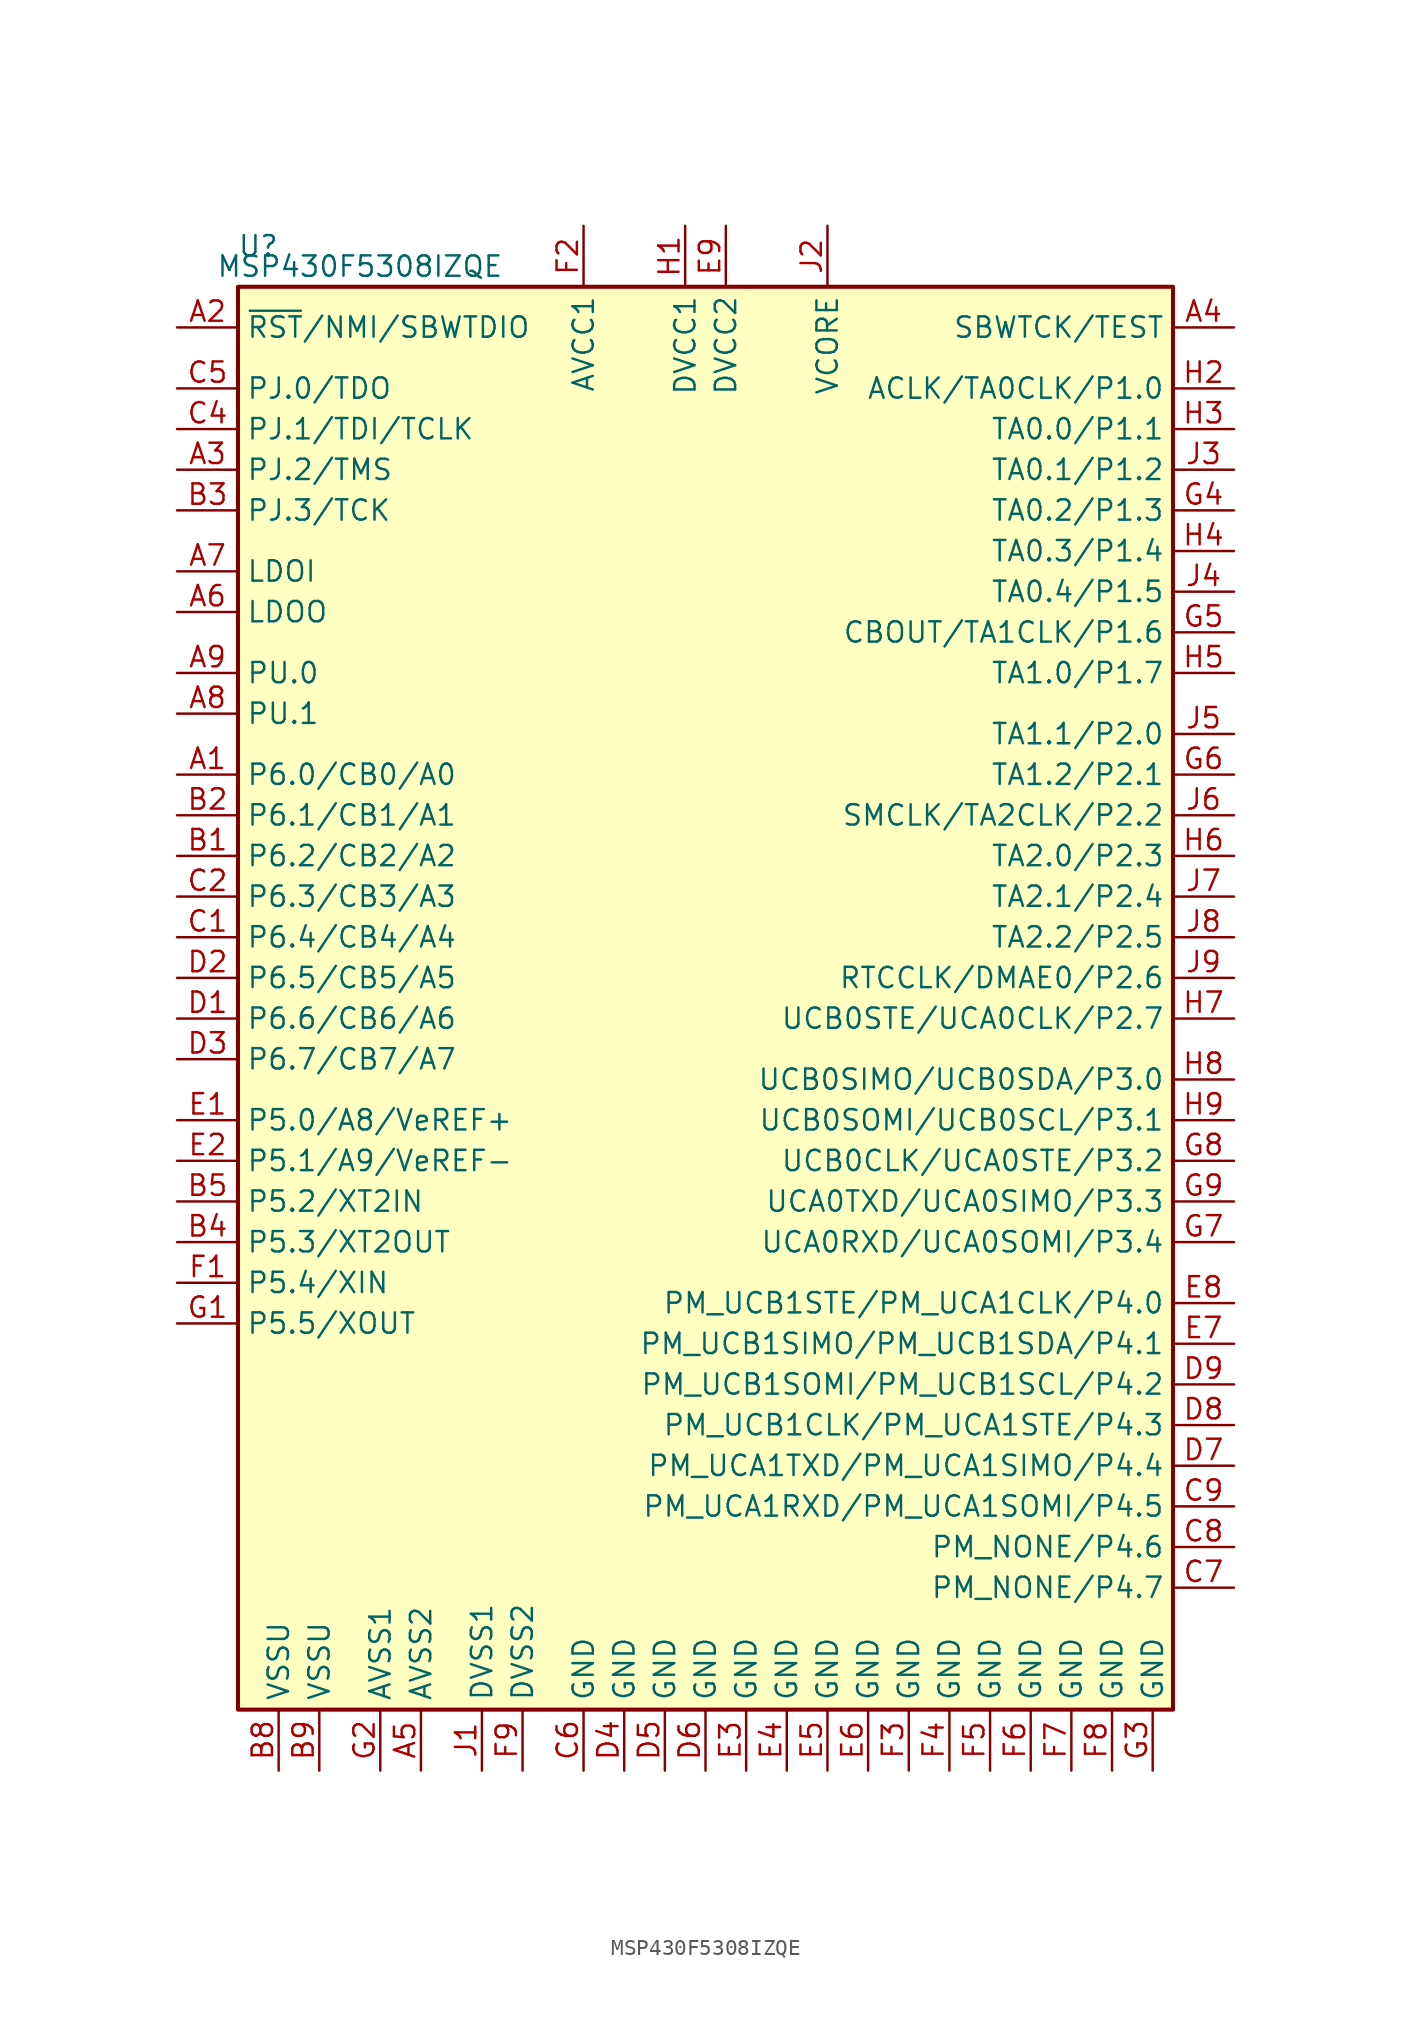
<source format=kicad_sym>
(kicad_symbol_lib
  (version 20241209)
  (generator "kicad_symbol_editor")
  (generator_version "9.0")
  (symbol "MSP430F5308IZQE"
    (property "Reference" "U"
      (at -27.94 46.99 0)
      (effects (font (size 1.27 1.27))))
    (property "Value" "MSP430F5308IZQE"
      (at -21.59 45.72 0)
      (effects (font (size 1.27 1.27))))
    (symbol "MSP430F5308IZQE_0_1"
      (rectangle (start -29.21 44.45) (end 29.21 -44.45) (stroke (width 0.254) (type default)) (fill (type background))))
    (symbol "MSP430F5308IZQE_1_1"
      (pin input line (at -33.02 41.91 0) (length 3.81) (name "~{RST}/NMI/SBWTDIO" (effects (font (size 1.27 1.27)))) (number "A2" (effects (font (size 1.27 1.27)))))
      (pin bidirectional line (at -33.02 38.1 0) (length 3.81) (name "PJ.0/TDO" (effects (font (size 1.27 1.27)))) (number "C5" (effects (font (size 1.27 1.27)))))
      (pin bidirectional line (at -33.02 35.56 0) (length 3.81) (name "PJ.1/TDI/TCLK" (effects (font (size 1.27 1.27)))) (number "C4" (effects (font (size 1.27 1.27)))))
      (pin bidirectional line (at -33.02 33.02 0) (length 3.81) (name "PJ.2/TMS" (effects (font (size 1.27 1.27)))) (number "A3" (effects (font (size 1.27 1.27)))))
      (pin bidirectional line (at -33.02 30.48 0) (length 3.81) (name "PJ.3/TCK" (effects (font (size 1.27 1.27)))) (number "B3" (effects (font (size 1.27 1.27)))))
      (pin power_in line (at -33.02 26.67 0) (length 3.81) (name "LDOI" (effects (font (size 1.27 1.27)))) (number "A7" (effects (font (size 1.27 1.27)))))
      (pin power_out line (at -33.02 24.13 0) (length 3.81) (name "LDOO" (effects (font (size 1.27 1.27)))) (number "A6" (effects (font (size 1.27 1.27)))))
      (pin bidirectional line (at -33.02 20.32 0) (length 3.81) (name "PU.0" (effects (font (size 1.27 1.27)))) (number "A9" (effects (font (size 1.27 1.27)))))
      (pin bidirectional line (at -33.02 17.78 0) (length 3.81) (name "PU.1" (effects (font (size 1.27 1.27)))) (number "A8" (effects (font (size 1.27 1.27)))))
      (pin bidirectional line (at -33.02 13.97 0) (length 3.81) (name "P6.0/CB0/A0" (effects (font (size 1.27 1.27)))) (number "A1" (effects (font (size 1.27 1.27)))))
      (pin bidirectional line (at -33.02 11.43 0) (length 3.81) (name "P6.1/CB1/A1" (effects (font (size 1.27 1.27)))) (number "B2" (effects (font (size 1.27 1.27)))))
      (pin bidirectional line (at -33.02 8.89 0) (length 3.81) (name "P6.2/CB2/A2" (effects (font (size 1.27 1.27)))) (number "B1" (effects (font (size 1.27 1.27)))))
      (pin bidirectional line (at -33.02 6.35 0) (length 3.81) (name "P6.3/CB3/A3" (effects (font (size 1.27 1.27)))) (number "C2" (effects (font (size 1.27 1.27)))))
      (pin bidirectional line (at -33.02 3.81 0) (length 3.81) (name "P6.4/CB4/A4" (effects (font (size 1.27 1.27)))) (number "C1" (effects (font (size 1.27 1.27)))))
      (pin bidirectional line (at -33.02 1.27 0) (length 3.81) (name "P6.5/CB5/A5" (effects (font (size 1.27 1.27)))) (number "D2" (effects (font (size 1.27 1.27)))))
      (pin bidirectional line (at -33.02 -1.27 0) (length 3.81) (name "P6.6/CB6/A6" (effects (font (size 1.27 1.27)))) (number "D1" (effects (font (size 1.27 1.27)))))
      (pin bidirectional line (at -33.02 -3.81 0) (length 3.81) (name "P6.7/CB7/A7" (effects (font (size 1.27 1.27)))) (number "D3" (effects (font (size 1.27 1.27)))))
      (pin bidirectional line (at -33.02 -7.62 0) (length 3.81) (name "P5.0/A8/VeREF+" (effects (font (size 1.27 1.27)))) (number "E1" (effects (font (size 1.27 1.27)))))
      (pin bidirectional line (at -33.02 -10.16 0) (length 3.81) (name "P5.1/A9/VeREF-" (effects (font (size 1.27 1.27)))) (number "E2" (effects (font (size 1.27 1.27)))))
      (pin bidirectional line (at -33.02 -12.7 0) (length 3.81) (name "P5.2/XT2IN" (effects (font (size 1.27 1.27)))) (number "B5" (effects (font (size 1.27 1.27)))))
      (pin bidirectional line (at -33.02 -15.24 0) (length 3.81) (name "P5.3/XT2OUT" (effects (font (size 1.27 1.27)))) (number "B4" (effects (font (size 1.27 1.27)))))
      (pin bidirectional line (at -33.02 -17.78 0) (length 3.81) (name "P5.4/XIN" (effects (font (size 1.27 1.27)))) (number "F1" (effects (font (size 1.27 1.27)))))
      (pin bidirectional line (at -33.02 -20.32 0) (length 3.81) (name "P5.5/XOUT" (effects (font (size 1.27 1.27)))) (number "G1" (effects (font (size 1.27 1.27)))))
      (pin power_in line (at -26.67 -48.26 90) (length 3.81) (name "VSSU" (effects (font (size 1.27 1.27)))) (number "B8" (effects (font (size 1.27 1.27)))))
      (pin power_in line (at -24.13 -48.26 90) (length 3.81) (name "VSSU" (effects (font (size 1.27 1.27)))) (number "B9" (effects (font (size 1.27 1.27)))))
      (pin power_in line (at -20.32 -48.26 90) (length 3.81) (name "AVSS1" (effects (font (size 1.27 1.27)))) (number "G2" (effects (font (size 1.27 1.27)))))
      (pin power_in line (at -17.78 -48.26 90) (length 3.81) (name "AVSS2" (effects (font (size 1.27 1.27)))) (number "A5" (effects (font (size 1.27 1.27)))))
      (pin power_in line (at -13.97 -48.26 90) (length 3.81) (name "DVSS1" (effects (font (size 1.27 1.27)))) (number "J1" (effects (font (size 1.27 1.27)))))
      (pin power_in line (at -11.43 -48.26 90) (length 3.81) (name "DVSS2" (effects (font (size 1.27 1.27)))) (number "F9" (effects (font (size 1.27 1.27)))))
      (pin power_in line (at -7.62 48.26 270) (length 3.81) (name "AVCC1" (effects (font (size 1.27 1.27)))) (number "F2" (effects (font (size 1.27 1.27)))))
      (pin power_in line (at -7.62 -48.26 90) (length 3.81) (name "GND" (effects (font (size 1.27 1.27)))) (number "C6" (effects (font (size 1.27 1.27)))))
      (pin power_in line (at -5.08 -48.26 90) (length 3.81) (name "GND" (effects (font (size 1.27 1.27)))) (number "D4" (effects (font (size 1.27 1.27)))))
      (pin power_in line (at -2.54 -48.26 90) (length 3.81) (name "GND" (effects (font (size 1.27 1.27)))) (number "D5" (effects (font (size 1.27 1.27)))))
      (pin power_in line (at -1.27 48.26 270) (length 3.81) (name "DVCC1" (effects (font (size 1.27 1.27)))) (number "H1" (effects (font (size 1.27 1.27)))))
      (pin power_in line (at 0 -48.26 90) (length 3.81) (name "GND" (effects (font (size 1.27 1.27)))) (number "D6" (effects (font (size 1.27 1.27)))))
      (pin power_in line (at 1.27 48.26 270) (length 3.81) (name "DVCC2" (effects (font (size 1.27 1.27)))) (number "E9" (effects (font (size 1.27 1.27)))))
      (pin power_in line (at 2.54 -48.26 90) (length 3.81) (name "GND" (effects (font (size 1.27 1.27)))) (number "E3" (effects (font (size 1.27 1.27)))))
      (pin power_in line (at 5.08 -48.26 90) (length 3.81) (name "GND" (effects (font (size 1.27 1.27)))) (number "E4" (effects (font (size 1.27 1.27)))))
      (pin bidirectional line (at 7.62 48.26 270) (length 3.81) (name "VCORE" (effects (font (size 1.27 1.27)))) (number "J2" (effects (font (size 1.27 1.27)))))
      (pin power_in line (at 7.62 -48.26 90) (length 3.81) (name "GND" (effects (font (size 1.27 1.27)))) (number "E5" (effects (font (size 1.27 1.27)))))
      (pin power_in line (at 10.16 -48.26 90) (length 3.81) (name "GND" (effects (font (size 1.27 1.27)))) (number "E6" (effects (font (size 1.27 1.27)))))
      (pin power_in line (at 12.7 -48.26 90) (length 3.81) (name "GND" (effects (font (size 1.27 1.27)))) (number "F3" (effects (font (size 1.27 1.27)))))
      (pin power_in line (at 15.24 -48.26 90) (length 3.81) (name "GND" (effects (font (size 1.27 1.27)))) (number "F4" (effects (font (size 1.27 1.27)))))
      (pin power_in line (at 17.78 -48.26 90) (length 3.81) (name "GND" (effects (font (size 1.27 1.27)))) (number "F5" (effects (font (size 1.27 1.27)))))
      (pin power_in line (at 20.32 -48.26 90) (length 3.81) (name "GND" (effects (font (size 1.27 1.27)))) (number "F6" (effects (font (size 1.27 1.27)))))
      (pin power_in line (at 22.86 -48.26 90) (length 3.81) (name "GND" (effects (font (size 1.27 1.27)))) (number "F7" (effects (font (size 1.27 1.27)))))
      (pin power_in line (at 25.4 -48.26 90) (length 3.81) (name "GND" (effects (font (size 1.27 1.27)))) (number "F8" (effects (font (size 1.27 1.27)))))
      (pin power_in line (at 27.94 -48.26 90) (length 3.81) (name "GND" (effects (font (size 1.27 1.27)))) (number "G3" (effects (font (size 1.27 1.27)))))
      (pin input line (at 33.02 41.91 180) (length 3.81) (name "SBWTCK/TEST" (effects (font (size 1.27 1.27)))) (number "A4" (effects (font (size 1.27 1.27)))))
      (pin bidirectional line (at 33.02 38.1 180) (length 3.81) (name "ACLK/TA0CLK/P1.0" (effects (font (size 1.27 1.27)))) (number "H2" (effects (font (size 1.27 1.27)))))
      (pin bidirectional line (at 33.02 35.56 180) (length 3.81) (name "TA0.0/P1.1" (effects (font (size 1.27 1.27)))) (number "H3" (effects (font (size 1.27 1.27)))))
      (pin bidirectional line (at 33.02 33.02 180) (length 3.81) (name "TA0.1/P1.2" (effects (font (size 1.27 1.27)))) (number "J3" (effects (font (size 1.27 1.27)))))
      (pin bidirectional line (at 33.02 30.48 180) (length 3.81) (name "TA0.2/P1.3" (effects (font (size 1.27 1.27)))) (number "G4" (effects (font (size 1.27 1.27)))))
      (pin bidirectional line (at 33.02 27.94 180) (length 3.81) (name "TA0.3/P1.4" (effects (font (size 1.27 1.27)))) (number "H4" (effects (font (size 1.27 1.27)))))
      (pin bidirectional line (at 33.02 25.4 180) (length 3.81) (name "TA0.4/P1.5" (effects (font (size 1.27 1.27)))) (number "J4" (effects (font (size 1.27 1.27)))))
      (pin bidirectional line (at 33.02 22.86 180) (length 3.81) (name "CBOUT/TA1CLK/P1.6" (effects (font (size 1.27 1.27)))) (number "G5" (effects (font (size 1.27 1.27)))))
      (pin bidirectional line (at 33.02 20.32 180) (length 3.81) (name "TA1.0/P1.7" (effects (font (size 1.27 1.27)))) (number "H5" (effects (font (size 1.27 1.27)))))
      (pin bidirectional line (at 33.02 16.51 180) (length 3.81) (name "TA1.1/P2.0" (effects (font (size 1.27 1.27)))) (number "J5" (effects (font (size 1.27 1.27)))))
      (pin bidirectional line (at 33.02 13.97 180) (length 3.81) (name "TA1.2/P2.1" (effects (font (size 1.27 1.27)))) (number "G6" (effects (font (size 1.27 1.27)))))
      (pin bidirectional line (at 33.02 11.43 180) (length 3.81) (name "SMCLK/TA2CLK/P2.2" (effects (font (size 1.27 1.27)))) (number "J6" (effects (font (size 1.27 1.27)))))
      (pin bidirectional line (at 33.02 8.89 180) (length 3.81) (name "TA2.0/P2.3" (effects (font (size 1.27 1.27)))) (number "H6" (effects (font (size 1.27 1.27)))))
      (pin bidirectional line (at 33.02 6.35 180) (length 3.81) (name "TA2.1/P2.4" (effects (font (size 1.27 1.27)))) (number "J7" (effects (font (size 1.27 1.27)))))
      (pin bidirectional line (at 33.02 3.81 180) (length 3.81) (name "TA2.2/P2.5" (effects (font (size 1.27 1.27)))) (number "J8" (effects (font (size 1.27 1.27)))))
      (pin bidirectional line (at 33.02 1.27 180) (length 3.81) (name "RTCCLK/DMAE0/P2.6" (effects (font (size 1.27 1.27)))) (number "J9" (effects (font (size 1.27 1.27)))))
      (pin bidirectional line (at 33.02 -1.27 180) (length 3.81) (name "UCB0STE/UCA0CLK/P2.7" (effects (font (size 1.27 1.27)))) (number "H7" (effects (font (size 1.27 1.27)))))
      (pin bidirectional line (at 33.02 -5.08 180) (length 3.81) (name "UCB0SIMO/UCB0SDA/P3.0" (effects (font (size 1.27 1.27)))) (number "H8" (effects (font (size 1.27 1.27)))))
      (pin bidirectional line (at 33.02 -7.62 180) (length 3.81) (name "UCB0SOMI/UCB0SCL/P3.1" (effects (font (size 1.27 1.27)))) (number "H9" (effects (font (size 1.27 1.27)))))
      (pin bidirectional line (at 33.02 -10.16 180) (length 3.81) (name "UCB0CLK/UCA0STE/P3.2" (effects (font (size 1.27 1.27)))) (number "G8" (effects (font (size 1.27 1.27)))))
      (pin bidirectional line (at 33.02 -12.7 180) (length 3.81) (name "UCA0TXD/UCA0SIMO/P3.3" (effects (font (size 1.27 1.27)))) (number "G9" (effects (font (size 1.27 1.27)))))
      (pin bidirectional line (at 33.02 -15.24 180) (length 3.81) (name "UCA0RXD/UCA0SOMI/P3.4" (effects (font (size 1.27 1.27)))) (number "G7" (effects (font (size 1.27 1.27)))))
      (pin bidirectional line (at 33.02 -19.05 180) (length 3.81) (name "PM_UCB1STE/PM_UCA1CLK/P4.0" (effects (font (size 1.27 1.27)))) (number "E8" (effects (font (size 1.27 1.27)))))
      (pin bidirectional line (at 33.02 -21.59 180) (length 3.81) (name "PM_UCB1SIMO/PM_UCB1SDA/P4.1" (effects (font (size 1.27 1.27)))) (number "E7" (effects (font (size 1.27 1.27)))))
      (pin bidirectional line (at 33.02 -24.13 180) (length 3.81) (name "PM_UCB1SOMI/PM_UCB1SCL/P4.2" (effects (font (size 1.27 1.27)))) (number "D9" (effects (font (size 1.27 1.27)))))
      (pin bidirectional line (at 33.02 -26.67 180) (length 3.81) (name "PM_UCB1CLK/PM_UCA1STE/P4.3" (effects (font (size 1.27 1.27)))) (number "D8" (effects (font (size 1.27 1.27)))))
      (pin bidirectional line (at 33.02 -29.21 180) (length 3.81) (name "PM_UCA1TXD/PM_UCA1SIMO/P4.4" (effects (font (size 1.27 1.27)))) (number "D7" (effects (font (size 1.27 1.27)))))
      (pin bidirectional line (at 33.02 -31.75 180) (length 3.81) (name "PM_UCA1RXD/PM_UCA1SOMI/P4.5" (effects (font (size 1.27 1.27)))) (number "C9" (effects (font (size 1.27 1.27)))))
      (pin bidirectional line (at 33.02 -34.29 180) (length 3.81) (name "PM_NONE/P4.6" (effects (font (size 1.27 1.27)))) (number "C8" (effects (font (size 1.27 1.27)))))
      (pin bidirectional line (at 33.02 -36.83 180) (length 3.81) (name "PM_NONE/P4.7" (effects (font (size 1.27 1.27)))) (number "C7" (effects (font (size 1.27 1.27))))))))
</source>
